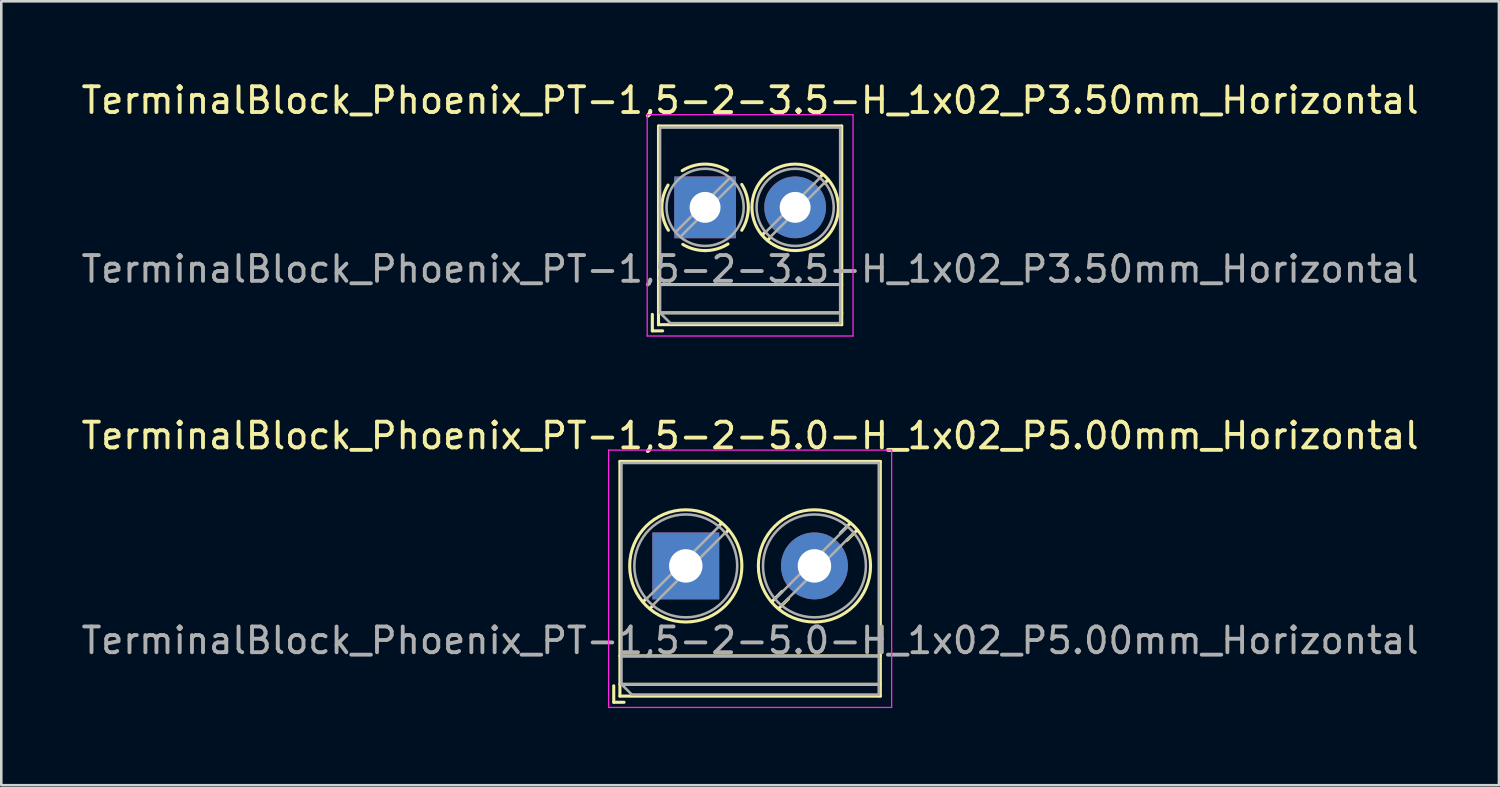
<source format=kicad_pcb>
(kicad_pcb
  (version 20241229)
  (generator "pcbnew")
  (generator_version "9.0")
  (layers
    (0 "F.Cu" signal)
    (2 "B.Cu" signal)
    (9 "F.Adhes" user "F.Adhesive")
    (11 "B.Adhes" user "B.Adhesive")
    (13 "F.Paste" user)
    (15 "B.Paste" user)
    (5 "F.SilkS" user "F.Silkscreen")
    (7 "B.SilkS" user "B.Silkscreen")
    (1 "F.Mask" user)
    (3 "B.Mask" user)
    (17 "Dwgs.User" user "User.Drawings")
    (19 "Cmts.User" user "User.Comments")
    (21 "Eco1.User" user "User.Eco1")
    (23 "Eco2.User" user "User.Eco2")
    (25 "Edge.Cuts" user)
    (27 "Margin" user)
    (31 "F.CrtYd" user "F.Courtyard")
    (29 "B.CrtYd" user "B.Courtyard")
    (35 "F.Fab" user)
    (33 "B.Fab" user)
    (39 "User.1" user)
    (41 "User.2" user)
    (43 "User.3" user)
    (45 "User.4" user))
  (footprint "TerminalBlock_Phoenix_PT-1,5-2-5.0-H_1x02_P5.00mm_Horizontal"
    (layer "F.Cu")
    (at 23.601 18.942)
    (property "Reference" "TerminalBlock_Phoenix_PT-1,5-2-5.0-H_1x02_P5.00mm_Horizontal" (at 2.5 -5.06 0) (layer "F.SilkS") (effects (font (size 1 1) (thickness 0.15))))
    (attr through_hole)
    (fp_line (start -2.8 4.66) (end -2.8 5.3) (stroke (width 0.12) (type solid)) (layer "F.SilkS"))
    (fp_line (start -2.8 5.3) (end -2.4 5.3) (stroke (width 0.12) (type solid)) (layer "F.SilkS"))
    (fp_line (start -2.56 -4.06) (end -2.56 5.06) (stroke (width 0.12) (type solid)) (layer "F.SilkS"))
    (fp_line (start -2.56 -4.06) (end 7.56 -4.06) (stroke (width 0.12) (type solid)) (layer "F.SilkS"))
    (fp_line (start -2.56 3.5) (end 7.56 3.5) (stroke (width 0.12) (type solid)) (layer "F.SilkS"))
    (fp_line (start -2.56 4.6) (end 7.56 4.6) (stroke (width 0.12) (type solid)) (layer "F.SilkS"))
    (fp_line (start -2.56 5.06) (end 7.56 5.06) (stroke (width 0.12) (type solid)) (layer "F.SilkS"))
    (fp_line (start -1.548 1.281) (end -1.654 1.388) (stroke (width 0.12) (type solid)) (layer "F.SilkS"))
    (fp_line (start -1.282 1.547) (end -1.388 1.654) (stroke (width 0.12) (type solid)) (layer "F.SilkS"))
    (fp_line (start 1.388 -1.654) (end 1.281 -1.547) (stroke (width 0.12) (type solid)) (layer "F.SilkS"))
    (fp_line (start 1.654 -1.388) (end 1.547 -1.281) (stroke (width 0.12) (type solid)) (layer "F.SilkS"))
    (fp_line (start 3.742 0.992) (end 3.347 1.388) (stroke (width 0.12) (type solid)) (layer "F.SilkS"))
    (fp_line (start 3.993 1.274) (end 3.613 1.654) (stroke (width 0.12) (type solid)) (layer "F.SilkS"))
    (fp_line (start 6.388 -1.654) (end 6.008 -1.274) (stroke (width 0.12) (type solid)) (layer "F.SilkS"))
    (fp_line (start 6.654 -1.388) (end 6.259 -0.992) (stroke (width 0.12) (type solid)) (layer "F.SilkS"))
    (fp_line (start 7.56 -4.06) (end 7.56 5.06) (stroke (width 0.12) (type solid)) (layer "F.SilkS"))
    (fp_circle (center 0 0) (end 2.18 0) (stroke (width 0.12) (type solid)) (fill no) (layer "F.SilkS"))
    (fp_circle (center 5 0) (end 7.18 0) (stroke (width 0.12) (type solid)) (fill no) (layer "F.SilkS"))
    (fp_line (start -3 -4.5) (end -3 5.5) (stroke (width 0.05) (type solid)) (layer "F.CrtYd"))
    (fp_line (start -3 5.5) (end 8 5.5) (stroke (width 0.05) (type solid)) (layer "F.CrtYd"))
    (fp_line (start 8 -4.5) (end -3 -4.5) (stroke (width 0.05) (type solid)) (layer "F.CrtYd"))
    (fp_line (start 8 5.5) (end 8 -4.5) (stroke (width 0.05) (type solid)) (layer "F.CrtYd"))
    (fp_line (start -2.5 -4) (end 7.5 -4) (stroke (width 0.1) (type solid)) (layer "F.Fab"))
    (fp_line (start -2.5 3.5) (end 7.5 3.5) (stroke (width 0.1) (type solid)) (layer "F.Fab"))
    (fp_line (start -2.5 4.6) (end -2.5 -4) (stroke (width 0.1) (type solid)) (layer "F.Fab"))
    (fp_line (start -2.5 4.6) (end 7.5 4.6) (stroke (width 0.1) (type solid)) (layer "F.Fab"))
    (fp_line (start -2.1 5) (end -2.5 4.6) (stroke (width 0.1) (type solid)) (layer "F.Fab"))
    (fp_line (start 1.273 -1.517) (end -1.517 1.273) (stroke (width 0.1) (type solid)) (layer "F.Fab"))
    (fp_line (start 1.517 -1.273) (end -1.273 1.517) (stroke (width 0.1) (type solid)) (layer "F.Fab"))
    (fp_line (start 6.273 -1.517) (end 3.484 1.273) (stroke (width 0.1) (type solid)) (layer "F.Fab"))
    (fp_line (start 6.517 -1.273) (end 3.728 1.517) (stroke (width 0.1) (type solid)) (layer "F.Fab"))
    (fp_line (start 7.5 -4) (end 7.5 5) (stroke (width 0.1) (type solid)) (layer "F.Fab"))
    (fp_line (start 7.5 5) (end -2.1 5) (stroke (width 0.1) (type solid)) (layer "F.Fab"))
    (fp_circle (center 0 0) (end 2 0) (stroke (width 0.1) (type solid)) (fill no) (layer "F.Fab"))
    (fp_circle (center 5 0) (end 7 0) (stroke (width 0.1) (type solid)) (fill no) (layer "F.Fab"))
    (fp_text user "${REFERENCE}" (at 2.5 2.9 0) (layer "F.Fab") (effects (font (size 1 1) (thickness 0.15))))
    (pad "1" thru_hole rect (at 0 0) (size 2.6 2.6) (drill 1.3) (layers "*.Cu" "*.Mask"))
    (pad "2" thru_hole circle (at 5 0) (size 2.6 2.6) (drill 1.3) (layers "*.Cu" "*.Mask")))
  (footprint "TerminalBlock_Phoenix_PT-1,5-2-3.5-H_1x02_P3.50mm_Horizontal"
    (layer "F.Cu")
    (at 24.351 5.008)
    (property "Reference" "TerminalBlock_Phoenix_PT-1,5-2-3.5-H_1x02_P3.50mm_Horizontal" (at 1.75 -4.16 0) (layer "F.SilkS") (effects (font (size 1 1) (thickness 0.15))))
    (attr through_hole)
    (fp_line (start -2.05 4.16) (end -2.05 4.8) (stroke (width 0.12) (type solid)) (layer "F.SilkS"))
    (fp_line (start -2.05 4.8) (end -1.65 4.8) (stroke (width 0.12) (type solid)) (layer "F.SilkS"))
    (fp_line (start -1.81 -3.16) (end -1.81 4.56) (stroke (width 0.12) (type solid)) (layer "F.SilkS"))
    (fp_line (start -1.81 -3.16) (end 5.31 -3.16) (stroke (width 0.12) (type solid)) (layer "F.SilkS"))
    (fp_line (start -1.81 3) (end 5.31 3) (stroke (width 0.12) (type solid)) (layer "F.SilkS"))
    (fp_line (start -1.81 4.1) (end 5.31 4.1) (stroke (width 0.12) (type solid)) (layer "F.SilkS"))
    (fp_line (start -1.81 4.56) (end 5.31 4.56) (stroke (width 0.12) (type solid)) (layer "F.SilkS"))
    (fp_line (start 2.355 0.941) (end 2.226 1.069) (stroke (width 0.12) (type solid)) (layer "F.SilkS"))
    (fp_line (start 2.525 1.181) (end 2.431 1.274) (stroke (width 0.12) (type solid)) (layer "F.SilkS"))
    (fp_line (start 4.57 -1.275) (end 4.476 -1.181) (stroke (width 0.12) (type solid)) (layer "F.SilkS"))
    (fp_line (start 4.775 -1.069) (end 4.646 -0.941) (stroke (width 0.12) (type solid)) (layer "F.SilkS"))
    (fp_line (start 5.31 -3.16) (end 5.31 4.56) (stroke (width 0.12) (type solid)) (layer "F.SilkS"))
    (fp_arc (start -1.425358 0.889894) (mid -1.680286 0.014012) (end -1.44 -0.866) (stroke (width 0.12) (type solid)) (layer "F.SilkS"))
    (fp_arc (start -0.889894 -1.425358) (mid -0.014012 -1.680286) (end 0.866 -1.44) (stroke (width 0.12) (type solid)) (layer "F.SilkS"))
    (fp_arc (start 0.028674 1.680099) (mid -0.435535 1.622918) (end -0.866 1.44) (stroke (width 0.12) (type solid)) (layer "F.SilkS"))
    (fp_arc (start 0.890264 1.424721) (mid 0.463071 1.61492) (end 0 1.68) (stroke (width 0.12) (type solid)) (layer "F.SilkS"))
    (fp_arc (start 1.425504 -0.890193) (mid 1.680626 0.000476) (end 1.425 0.891) (stroke (width 0.12) (type solid)) (layer "F.SilkS"))
    (fp_circle (center 3.5 0) (end 5.18 0) (stroke (width 0.12) (type solid)) (fill no) (layer "F.SilkS"))
    (fp_line (start -2.25 -3.6) (end -2.25 5) (stroke (width 0.05) (type solid)) (layer "F.CrtYd"))
    (fp_line (start -2.25 5) (end 5.75 5) (stroke (width 0.05) (type solid)) (layer "F.CrtYd"))
    (fp_line (start 5.75 -3.6) (end -2.25 -3.6) (stroke (width 0.05) (type solid)) (layer "F.CrtYd"))
    (fp_line (start 5.75 5) (end 5.75 -3.6) (stroke (width 0.05) (type solid)) (layer "F.CrtYd"))
    (fp_line (start -1.75 -3.1) (end 5.25 -3.1) (stroke (width 0.1) (type solid)) (layer "F.Fab"))
    (fp_line (start -1.75 3) (end 5.25 3) (stroke (width 0.1) (type solid)) (layer "F.Fab"))
    (fp_line (start -1.75 4.1) (end -1.75 -3.1) (stroke (width 0.1) (type solid)) (layer "F.Fab"))
    (fp_line (start -1.75 4.1) (end 5.25 4.1) (stroke (width 0.1) (type solid)) (layer "F.Fab"))
    (fp_line (start -1.35 4.5) (end -1.75 4.1) (stroke (width 0.1) (type solid)) (layer "F.Fab"))
    (fp_line (start 0.955 -1.138) (end -1.138 0.955) (stroke (width 0.1) (type solid)) (layer "F.Fab"))
    (fp_line (start 1.138 -0.955) (end -0.955 1.138) (stroke (width 0.1) (type solid)) (layer "F.Fab"))
    (fp_line (start 4.455 -1.138) (end 2.363 0.955) (stroke (width 0.1) (type solid)) (layer "F.Fab"))
    (fp_line (start 4.638 -0.955) (end 2.546 1.138) (stroke (width 0.1) (type solid)) (layer "F.Fab"))
    (fp_line (start 5.25 -3.1) (end 5.25 4.5) (stroke (width 0.1) (type solid)) (layer "F.Fab"))
    (fp_line (start 5.25 4.5) (end -1.35 4.5) (stroke (width 0.1) (type solid)) (layer "F.Fab"))
    (fp_circle (center 0 0) (end 1.5 0) (stroke (width 0.1) (type solid)) (fill no) (layer "F.Fab"))
    (fp_circle (center 3.5 0) (end 5 0) (stroke (width 0.1) (type solid)) (fill no) (layer "F.Fab"))
    (fp_text user "${REFERENCE}" (at 1.75 2.4 0) (layer "F.Fab") (effects (font (size 1 1) (thickness 0.15))))
    (pad "1" thru_hole rect (at 0 0) (size 2.4 2.4) (drill 1.2) (layers "*.Cu" "*.Mask"))
    (pad "2" thru_hole circle (at 3.5 0) (size 2.4 2.4) (drill 1.2) (layers "*.Cu" "*.Mask")))
  (gr_rect
    (start -3 -3)
    (end 55.202 27.466)
    (stroke (width 0.1) (type default))
    (fill no)
    (layer "Edge.Cuts")))
</source>
